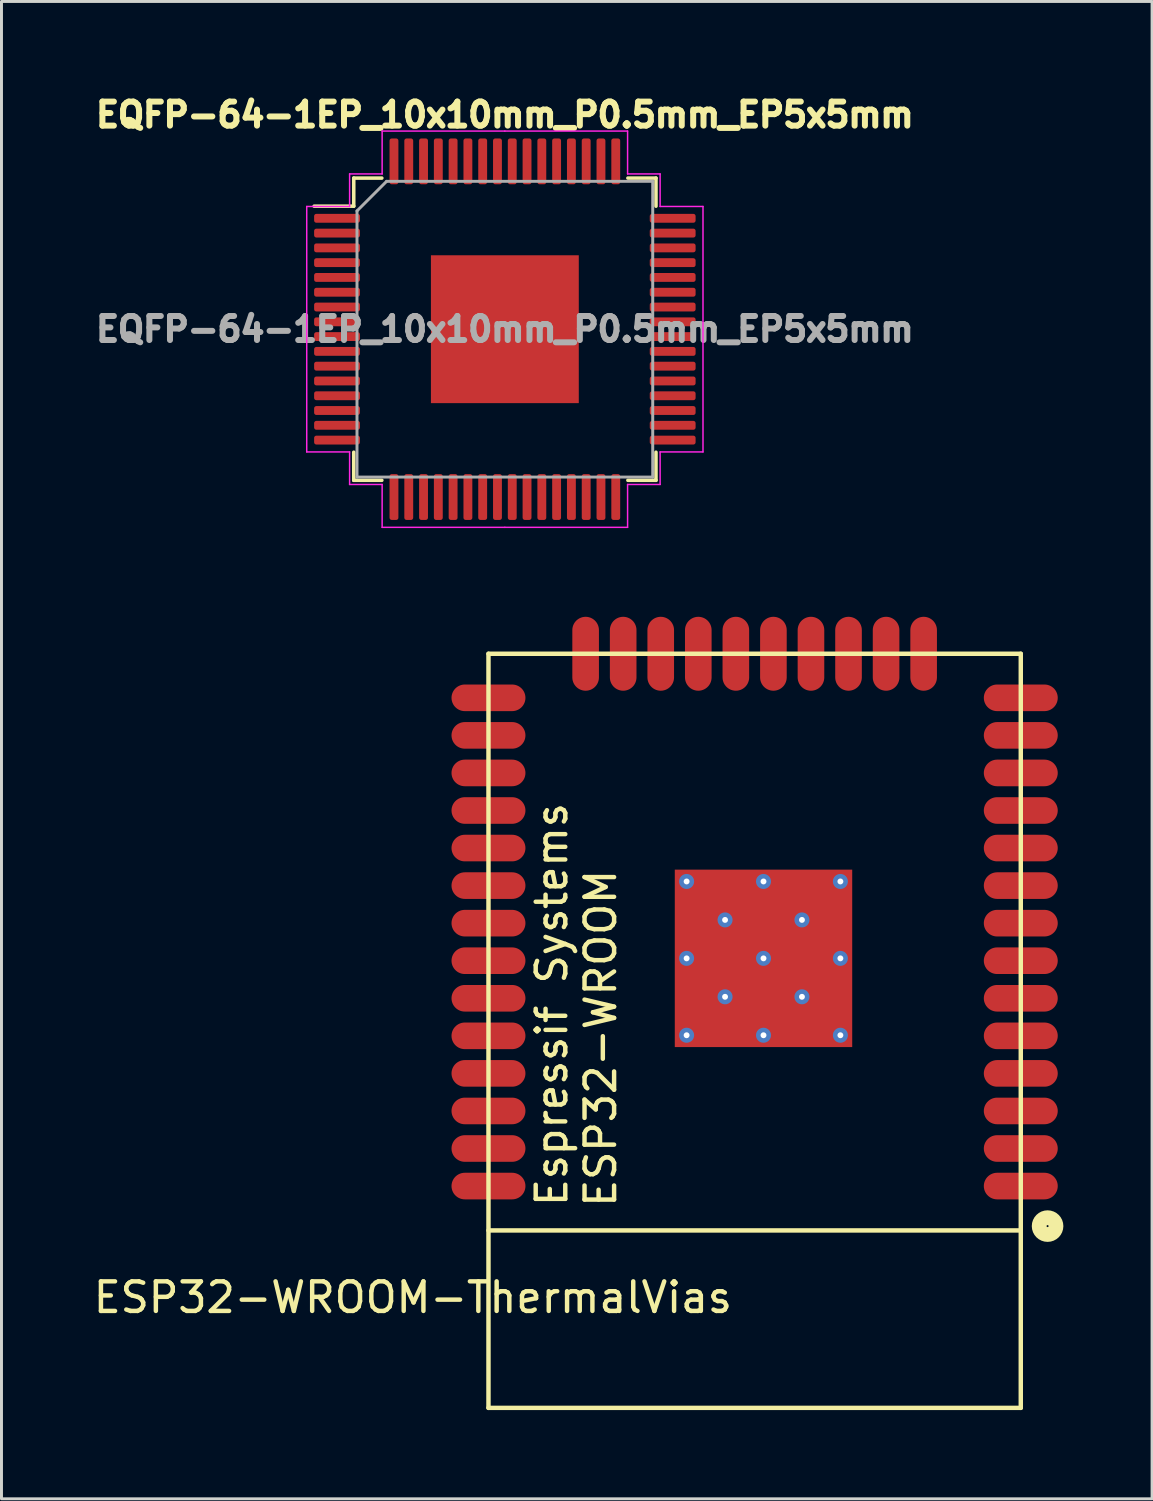
<source format=kicad_pcb>
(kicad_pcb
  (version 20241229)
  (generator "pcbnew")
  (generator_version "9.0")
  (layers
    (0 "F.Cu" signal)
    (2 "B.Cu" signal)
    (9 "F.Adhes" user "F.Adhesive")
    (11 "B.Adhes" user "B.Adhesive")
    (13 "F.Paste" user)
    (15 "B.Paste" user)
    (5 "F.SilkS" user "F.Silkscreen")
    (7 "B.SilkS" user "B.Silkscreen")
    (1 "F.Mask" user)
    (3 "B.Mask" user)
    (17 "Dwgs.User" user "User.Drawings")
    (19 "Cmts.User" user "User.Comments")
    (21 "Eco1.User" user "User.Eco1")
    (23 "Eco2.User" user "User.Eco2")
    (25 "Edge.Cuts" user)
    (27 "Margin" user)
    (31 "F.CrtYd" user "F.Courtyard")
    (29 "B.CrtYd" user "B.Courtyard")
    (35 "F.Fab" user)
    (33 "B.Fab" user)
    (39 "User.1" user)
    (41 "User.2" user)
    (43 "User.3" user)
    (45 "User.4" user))
  (footprint "ESP32-WROOM-ThermalVias"
    (layer "F.Cu")
    (at 22.468 31.807)
    (property "Reference" "ESP32-WROOM-ThermalVias" (at -11.557 9.017 0) (layer "F.SilkS") (effects (font (size 1 1) (thickness 0.15))))
    (attr through_hole)
    (fp_line (start -9 -12.75) (end 9 -12.75) (stroke (width 0.15) (type solid)) (layer "F.SilkS"))
    (fp_line (start -9 6.75) (end 9 6.75) (stroke (width 0.15) (type solid)) (layer "F.SilkS"))
    (fp_line (start -9 12.75) (end -9 -12.75) (stroke (width 0.15) (type solid)) (layer "F.SilkS"))
    (fp_line (start -9 12.75) (end 9 12.75) (stroke (width 0.15) (type solid)) (layer "F.SilkS"))
    (fp_line (start 9 12.75) (end 9 -12.75) (stroke (width 0.15) (type solid)) (layer "F.SilkS"))
    (fp_circle (center 9.906 6.604) (end 10.033 6.858) (stroke (width 0.5) (type solid)) (fill no) (layer "F.SilkS"))
    (fp_text user "ESP32-WROOM" (at -5.207 0.254 90) (layer "F.SilkS") (effects (font (size 1 1) (thickness 0.15))))
    (fp_text user "Espressif Systems" (at -6.858 -0.889 90) (layer "F.SilkS") (effects (font (size 1 1) (thickness 0.15))))
    (pad "1" smd oval (at 9 5.25) (size 2.5 0.9) (layers "F.Cu" "F.Mask" "F.Paste"))
    (pad "2" smd oval (at 9 3.98) (size 2.5 0.9) (layers "F.Cu" "F.Mask" "F.Paste"))
    (pad "3" smd oval (at 9 2.71) (size 2.5 0.9) (layers "F.Cu" "F.Mask" "F.Paste"))
    (pad "4" smd oval (at 9 1.44) (size 2.5 0.9) (layers "F.Cu" "F.Mask" "F.Paste"))
    (pad "5" smd oval (at 9 0.17) (size 2.5 0.9) (layers "F.Cu" "F.Mask" "F.Paste"))
    (pad "6" smd oval (at 9 -1.1) (size 2.5 0.9) (layers "F.Cu" "F.Mask" "F.Paste"))
    (pad "7" smd oval (at 9 -2.37) (size 2.5 0.9) (layers "F.Cu" "F.Mask" "F.Paste"))
    (pad "8" smd oval (at 9 -3.64) (size 2.5 0.9) (layers "F.Cu" "F.Mask" "F.Paste"))
    (pad "9" smd oval (at 9 -4.91) (size 2.5 0.9) (layers "F.Cu" "F.Mask" "F.Paste"))
    (pad "10" smd oval (at 9 -6.18) (size 2.5 0.9) (layers "F.Cu" "F.Mask" "F.Paste"))
    (pad "11" smd oval (at 9 -7.45) (size 2.5 0.9) (layers "F.Cu" "F.Mask" "F.Paste"))
    (pad "12" smd oval (at 9 -8.72) (size 2.5 0.9) (layers "F.Cu" "F.Mask" "F.Paste"))
    (pad "13" smd oval (at 9 -9.99) (size 2.5 0.9) (layers "F.Cu" "F.Mask" "F.Paste"))
    (pad "14" smd oval (at 9 -11.26) (size 2.5 0.9) (layers "F.Cu" "F.Mask" "F.Paste"))
    (pad "15" smd oval (at 5.715 -12.75) (size 0.9 2.5) (layers "F.Cu" "F.Mask" "F.Paste"))
    (pad "16" smd oval (at 4.445 -12.75) (size 0.9 2.5) (layers "F.Cu" "F.Mask" "F.Paste"))
    (pad "17" smd oval (at 3.175 -12.75) (size 0.9 2.5) (layers "F.Cu" "F.Mask" "F.Paste"))
    (pad "18" smd oval (at 1.905 -12.75) (size 0.9 2.5) (layers "F.Cu" "F.Mask" "F.Paste"))
    (pad "19" smd oval (at 0.635 -12.75) (size 0.9 2.5) (layers "F.Cu" "F.Mask" "F.Paste"))
    (pad "20" smd oval (at -0.635 -12.75) (size 0.9 2.5) (layers "F.Cu" "F.Mask" "F.Paste"))
    (pad "21" smd oval (at -1.905 -12.75) (size 0.9 2.5) (layers "F.Cu" "F.Mask" "F.Paste"))
    (pad "22" smd oval (at -3.175 -12.75) (size 0.9 2.5) (layers "F.Cu" "F.Mask" "F.Paste"))
    (pad "23" smd oval (at -4.445 -12.75) (size 0.9 2.5) (layers "F.Cu" "F.Mask" "F.Paste"))
    (pad "24" smd oval (at -5.715 -12.75) (size 0.9 2.5) (layers "F.Cu" "F.Mask" "F.Paste"))
    (pad "25" smd oval (at -9 -11.26) (size 2.5 0.9) (layers "F.Cu" "F.Mask" "F.Paste"))
    (pad "26" smd oval (at -9 -9.99) (size 2.5 0.9) (layers "F.Cu" "F.Mask" "F.Paste"))
    (pad "27" smd oval (at -9 -8.72) (size 2.5 0.9) (layers "F.Cu" "F.Mask" "F.Paste"))
    (pad "28" smd oval (at -9 -7.45) (size 2.5 0.9) (layers "F.Cu" "F.Mask" "F.Paste"))
    (pad "29" smd oval (at -9 -6.18) (size 2.5 0.9) (layers "F.Cu" "F.Mask" "F.Paste"))
    (pad "30" smd oval (at -9 -4.91) (size 2.5 0.9) (layers "F.Cu" "F.Mask" "F.Paste"))
    (pad "31" smd oval (at -9 -3.64) (size 2.5 0.9) (layers "F.Cu" "F.Mask" "F.Paste"))
    (pad "32" smd oval (at -9 -2.37) (size 2.5 0.9) (layers "F.Cu" "F.Mask" "F.Paste"))
    (pad "33" smd oval (at -9 -1.1) (size 2.5 0.9) (layers "F.Cu" "F.Mask" "F.Paste"))
    (pad "34" smd oval (at -9 0.17) (size 2.5 0.9) (layers "F.Cu" "F.Mask" "F.Paste"))
    (pad "35" smd oval (at -9 1.44) (size 2.5 0.9) (layers "F.Cu" "F.Mask" "F.Paste"))
    (pad "36" smd oval (at -9 2.71) (size 2.5 0.9) (layers "F.Cu" "F.Mask" "F.Paste"))
    (pad "37" smd oval (at -9 3.98) (size 2.5 0.9) (layers "F.Cu" "F.Mask" "F.Paste"))
    (pad "38" smd oval (at -9 5.25) (size 2.5 0.9) (layers "F.Cu" "F.Mask" "F.Paste"))
    (pad "39" thru_hole circle (at -2.3 -5.05) (size 0.508 0.508) (drill 0.2) (layers "*.Cu" "*.Mask"))
    (pad "39" thru_hole circle (at -2.3 -2.45) (size 0.508 0.508) (drill 0.2) (layers "*.Cu" "*.Mask"))
    (pad "39" thru_hole circle (at -2.3 0.15) (size 0.508 0.508) (drill 0.2) (layers "*.Cu" "*.Mask"))
    (pad "39" thru_hole circle (at 0.3 -5.05) (size 0.508 0.508) (drill 0.2) (layers "*.Cu" "*.Mask"))
    (pad "39" thru_hole circle (at 0.3 -2.45) (size 0.508 0.508) (drill 0.2) (layers "*.Cu" "*.Mask"))
    (pad "39" smd rect (at 0.3 -2.45) (size 6 6) (layers "F.Cu" "F.Mask" "F.Paste"))
    (pad "39" thru_hole circle (at 0.3 0.15) (size 0.508 0.508) (drill 0.2) (layers "*.Cu" "*.Mask"))
    (pad "39" thru_hole circle (at 2.9 -5.05) (size 0.508 0.508) (drill 0.2) (layers "*.Cu" "*.Mask"))
    (pad "39" thru_hole circle (at 2.9 -2.45) (size 0.508 0.508) (drill 0.2) (layers "*.Cu" "*.Mask"))
    (pad "39" thru_hole circle (at 2.9 0.15) (size 0.508 0.508) (drill 0.2) (layers "*.Cu" "*.Mask"))
    (pad "48" thru_hole circle (at -1 -3.75) (size 0.508 0.508) (drill 0.2) (layers "*.Cu" "*.Mask"))
    (pad "49" thru_hole circle (at 1.6 -3.75) (size 0.508 0.508) (drill 0.2) (layers "*.Cu" "*.Mask"))
    (pad "50" thru_hole circle (at -1 -1.15) (size 0.508 0.508) (drill 0.2) (layers "*.Cu" "*.Mask"))
    (pad "51" thru_hole circle (at 1.6 -1.15) (size 0.508 0.508) (drill 0.2) (layers "*.Cu" "*.Mask")))
  (footprint "EQFP-64-1EP_10x10mm_P0.5mm_EP5x5mm"
    (layer "F.Cu")
    (at 14.022 8.082)
    (property "Reference" "EQFP-64-1EP_10x10mm_P0.5mm_EP5x5mm" (at 0 0 0) (layer "F.Fab") (effects (font (size 0.813 0.813) (thickness 0.203))))
    (attr smd)
    (fp_line (start -5.11 -5.11) (end -5.11 -4.16) (stroke (width 0.12) (type solid)) (layer "F.SilkS"))
    (fp_line (start -5.11 -4.16) (end -6.45 -4.16) (stroke (width 0.12) (type solid)) (layer "F.SilkS"))
    (fp_line (start -5.11 5.11) (end -5.11 4.16) (stroke (width 0.12) (type solid)) (layer "F.SilkS"))
    (fp_line (start -4.16 -5.11) (end -5.11 -5.11) (stroke (width 0.12) (type solid)) (layer "F.SilkS"))
    (fp_line (start -4.16 5.11) (end -5.11 5.11) (stroke (width 0.12) (type solid)) (layer "F.SilkS"))
    (fp_line (start 4.16 -5.11) (end 5.11 -5.11) (stroke (width 0.12) (type solid)) (layer "F.SilkS"))
    (fp_line (start 4.16 5.11) (end 5.11 5.11) (stroke (width 0.12) (type solid)) (layer "F.SilkS"))
    (fp_line (start 5.11 -5.11) (end 5.11 -4.16) (stroke (width 0.12) (type solid)) (layer "F.SilkS"))
    (fp_line (start 5.11 5.11) (end 5.11 4.16) (stroke (width 0.12) (type solid)) (layer "F.SilkS"))
    (fp_line (start -6.7 -4.15) (end -6.7 0) (stroke (width 0.05) (type solid)) (layer "F.CrtYd"))
    (fp_line (start -6.7 4.15) (end -6.7 0) (stroke (width 0.05) (type solid)) (layer "F.CrtYd"))
    (fp_line (start -5.25 -5.25) (end -5.25 -4.15) (stroke (width 0.05) (type solid)) (layer "F.CrtYd"))
    (fp_line (start -5.25 -4.15) (end -6.7 -4.15) (stroke (width 0.05) (type solid)) (layer "F.CrtYd"))
    (fp_line (start -5.25 4.15) (end -6.7 4.15) (stroke (width 0.05) (type solid)) (layer "F.CrtYd"))
    (fp_line (start -5.25 5.25) (end -5.25 4.15) (stroke (width 0.05) (type solid)) (layer "F.CrtYd"))
    (fp_line (start -4.15 -6.7) (end -4.15 -5.25) (stroke (width 0.05) (type solid)) (layer "F.CrtYd"))
    (fp_line (start -4.15 -5.25) (end -5.25 -5.25) (stroke (width 0.05) (type solid)) (layer "F.CrtYd"))
    (fp_line (start -4.15 5.25) (end -5.25 5.25) (stroke (width 0.05) (type solid)) (layer "F.CrtYd"))
    (fp_line (start -4.15 6.7) (end -4.15 5.25) (stroke (width 0.05) (type solid)) (layer "F.CrtYd"))
    (fp_line (start 0 -6.7) (end -4.15 -6.7) (stroke (width 0.05) (type solid)) (layer "F.CrtYd"))
    (fp_line (start 0 -6.7) (end 4.15 -6.7) (stroke (width 0.05) (type solid)) (layer "F.CrtYd"))
    (fp_line (start 0 6.7) (end -4.15 6.7) (stroke (width 0.05) (type solid)) (layer "F.CrtYd"))
    (fp_line (start 0 6.7) (end 4.15 6.7) (stroke (width 0.05) (type solid)) (layer "F.CrtYd"))
    (fp_line (start 4.15 -6.7) (end 4.15 -5.25) (stroke (width 0.05) (type solid)) (layer "F.CrtYd"))
    (fp_line (start 4.15 -5.25) (end 5.25 -5.25) (stroke (width 0.05) (type solid)) (layer "F.CrtYd"))
    (fp_line (start 4.15 5.25) (end 5.25 5.25) (stroke (width 0.05) (type solid)) (layer "F.CrtYd"))
    (fp_line (start 4.15 6.7) (end 4.15 5.25) (stroke (width 0.05) (type solid)) (layer "F.CrtYd"))
    (fp_line (start 5.25 -5.25) (end 5.25 -4.15) (stroke (width 0.05) (type solid)) (layer "F.CrtYd"))
    (fp_line (start 5.25 -4.15) (end 6.7 -4.15) (stroke (width 0.05) (type solid)) (layer "F.CrtYd"))
    (fp_line (start 5.25 4.15) (end 6.7 4.15) (stroke (width 0.05) (type solid)) (layer "F.CrtYd"))
    (fp_line (start 5.25 5.25) (end 5.25 4.15) (stroke (width 0.05) (type solid)) (layer "F.CrtYd"))
    (fp_line (start 6.7 -4.15) (end 6.7 0) (stroke (width 0.05) (type solid)) (layer "F.CrtYd"))
    (fp_line (start 6.7 4.15) (end 6.7 0) (stroke (width 0.05) (type solid)) (layer "F.CrtYd"))
    (fp_line (start -5 -4) (end -4 -5) (stroke (width 0.1) (type solid)) (layer "F.Fab"))
    (fp_line (start -5 5) (end -5 -4) (stroke (width 0.1) (type solid)) (layer "F.Fab"))
    (fp_line (start -4 -5) (end 5 -5) (stroke (width 0.1) (type solid)) (layer "F.Fab"))
    (fp_line (start 5 -5) (end 5 5) (stroke (width 0.1) (type solid)) (layer "F.Fab"))
    (fp_line (start 5 5) (end -5 5) (stroke (width 0.1) (type solid)) (layer "F.Fab"))
    (fp_text user "${REFERENCE}" (at 0 -7.25 0) (layer "F.SilkS") (effects (font (size 0.813 0.813) (thickness 0.203))))
    (pad "" smd roundrect (at -2 -2) (size 0.78 0.78) (layers "F.Paste") (roundrect_rratio 0.25))
    (pad "" smd roundrect (at -2 -1) (size 0.78 0.78) (layers "F.Paste") (roundrect_rratio 0.25))
    (pad "" smd roundrect (at -2 0) (size 0.78 0.78) (layers "F.Paste") (roundrect_rratio 0.25))
    (pad "" smd roundrect (at -2 1) (size 0.78 0.78) (layers "F.Paste") (roundrect_rratio 0.25))
    (pad "" smd roundrect (at -2 2) (size 0.78 0.78) (layers "F.Paste") (roundrect_rratio 0.25))
    (pad "" smd roundrect (at -1 -2) (size 0.78 0.78) (layers "F.Paste") (roundrect_rratio 0.25))
    (pad "" smd roundrect (at -1 -1) (size 0.78 0.78) (layers "F.Paste") (roundrect_rratio 0.25))
    (pad "" smd roundrect (at -1 0) (size 0.78 0.78) (layers "F.Paste") (roundrect_rratio 0.25))
    (pad "" smd roundrect (at -1 1) (size 0.78 0.78) (layers "F.Paste") (roundrect_rratio 0.25))
    (pad "" smd roundrect (at -1 2) (size 0.78 0.78) (layers "F.Paste") (roundrect_rratio 0.25))
    (pad "" smd roundrect (at 0 -2) (size 0.78 0.78) (layers "F.Paste") (roundrect_rratio 0.25))
    (pad "" smd roundrect (at 0 -1) (size 0.78 0.78) (layers "F.Paste") (roundrect_rratio 0.25))
    (pad "" smd roundrect (at 0 0) (size 0.78 0.78) (layers "F.Paste") (roundrect_rratio 0.25))
    (pad "" smd roundrect (at 0 1) (size 0.78 0.78) (layers "F.Paste") (roundrect_rratio 0.25))
    (pad "" smd roundrect (at 0 2) (size 0.78 0.78) (layers "F.Paste") (roundrect_rratio 0.25))
    (pad "" smd roundrect (at 1 -2) (size 0.78 0.78) (layers "F.Paste") (roundrect_rratio 0.25))
    (pad "" smd roundrect (at 1 -1) (size 0.78 0.78) (layers "F.Paste") (roundrect_rratio 0.25))
    (pad "" smd roundrect (at 1 0) (size 0.78 0.78) (layers "F.Paste") (roundrect_rratio 0.25))
    (pad "" smd roundrect (at 1 1) (size 0.78 0.78) (layers "F.Paste") (roundrect_rratio 0.25))
    (pad "" smd roundrect (at 1 2) (size 0.78 0.78) (layers "F.Paste") (roundrect_rratio 0.25))
    (pad "" smd roundrect (at 2 -2) (size 0.78 0.78) (layers "F.Paste") (roundrect_rratio 0.25))
    (pad "" smd roundrect (at 2 -1) (size 0.78 0.78) (layers "F.Paste") (roundrect_rratio 0.25))
    (pad "" smd roundrect (at 2 0) (size 0.78 0.78) (layers "F.Paste") (roundrect_rratio 0.25))
    (pad "" smd roundrect (at 2 1) (size 0.78 0.78) (layers "F.Paste") (roundrect_rratio 0.25))
    (pad "" smd roundrect (at 2 2) (size 0.78 0.78) (layers "F.Paste") (roundrect_rratio 0.25))
    (pad "1" smd roundrect (at -5.675 -3.75) (size 1.55 0.3) (layers "F.Cu" "F.Mask" "F.Paste") (roundrect_rratio 0.25))
    (pad "2" smd roundrect (at -5.675 -3.25) (size 1.55 0.3) (layers "F.Cu" "F.Mask" "F.Paste") (roundrect_rratio 0.25))
    (pad "3" smd roundrect (at -5.675 -2.75) (size 1.55 0.3) (layers "F.Cu" "F.Mask" "F.Paste") (roundrect_rratio 0.25))
    (pad "4" smd roundrect (at -5.675 -2.25) (size 1.55 0.3) (layers "F.Cu" "F.Mask" "F.Paste") (roundrect_rratio 0.25))
    (pad "5" smd roundrect (at -5.675 -1.75) (size 1.55 0.3) (layers "F.Cu" "F.Mask" "F.Paste") (roundrect_rratio 0.25))
    (pad "6" smd roundrect (at -5.675 -1.25) (size 1.55 0.3) (layers "F.Cu" "F.Mask" "F.Paste") (roundrect_rratio 0.25))
    (pad "7" smd roundrect (at -5.675 -0.75) (size 1.55 0.3) (layers "F.Cu" "F.Mask" "F.Paste") (roundrect_rratio 0.25))
    (pad "8" smd roundrect (at -5.675 -0.25) (size 1.55 0.3) (layers "F.Cu" "F.Mask" "F.Paste") (roundrect_rratio 0.25))
    (pad "9" smd roundrect (at -5.675 0.25) (size 1.55 0.3) (layers "F.Cu" "F.Mask" "F.Paste") (roundrect_rratio 0.25))
    (pad "10" smd roundrect (at -5.675 0.75) (size 1.55 0.3) (layers "F.Cu" "F.Mask" "F.Paste") (roundrect_rratio 0.25))
    (pad "11" smd roundrect (at -5.675 1.25) (size 1.55 0.3) (layers "F.Cu" "F.Mask" "F.Paste") (roundrect_rratio 0.25))
    (pad "12" smd roundrect (at -5.675 1.75) (size 1.55 0.3) (layers "F.Cu" "F.Mask" "F.Paste") (roundrect_rratio 0.25))
    (pad "13" smd roundrect (at -5.675 2.25) (size 1.55 0.3) (layers "F.Cu" "F.Mask" "F.Paste") (roundrect_rratio 0.25))
    (pad "14" smd roundrect (at -5.675 2.75) (size 1.55 0.3) (layers "F.Cu" "F.Mask" "F.Paste") (roundrect_rratio 0.25))
    (pad "15" smd roundrect (at -5.675 3.25) (size 1.55 0.3) (layers "F.Cu" "F.Mask" "F.Paste") (roundrect_rratio 0.25))
    (pad "16" smd roundrect (at -5.675 3.75) (size 1.55 0.3) (layers "F.Cu" "F.Mask" "F.Paste") (roundrect_rratio 0.25))
    (pad "17" smd roundrect (at -3.75 5.675) (size 0.3 1.55) (layers "F.Cu" "F.Mask" "F.Paste") (roundrect_rratio 0.25))
    (pad "18" smd roundrect (at -3.25 5.675) (size 0.3 1.55) (layers "F.Cu" "F.Mask" "F.Paste") (roundrect_rratio 0.25))
    (pad "19" smd roundrect (at -2.75 5.675) (size 0.3 1.55) (layers "F.Cu" "F.Mask" "F.Paste") (roundrect_rratio 0.25))
    (pad "20" smd roundrect (at -2.25 5.675) (size 0.3 1.55) (layers "F.Cu" "F.Mask" "F.Paste") (roundrect_rratio 0.25))
    (pad "21" smd roundrect (at -1.75 5.675) (size 0.3 1.55) (layers "F.Cu" "F.Mask" "F.Paste") (roundrect_rratio 0.25))
    (pad "22" smd roundrect (at -1.25 5.675) (size 0.3 1.55) (layers "F.Cu" "F.Mask" "F.Paste") (roundrect_rratio 0.25))
    (pad "23" smd roundrect (at -0.75 5.675) (size 0.3 1.55) (layers "F.Cu" "F.Mask" "F.Paste") (roundrect_rratio 0.25))
    (pad "24" smd roundrect (at -0.25 5.675) (size 0.3 1.55) (layers "F.Cu" "F.Mask" "F.Paste") (roundrect_rratio 0.25))
    (pad "25" smd roundrect (at 0.25 5.675) (size 0.3 1.55) (layers "F.Cu" "F.Mask" "F.Paste") (roundrect_rratio 0.25))
    (pad "26" smd roundrect (at 0.75 5.675) (size 0.3 1.55) (layers "F.Cu" "F.Mask" "F.Paste") (roundrect_rratio 0.25))
    (pad "27" smd roundrect (at 1.25 5.675) (size 0.3 1.55) (layers "F.Cu" "F.Mask" "F.Paste") (roundrect_rratio 0.25))
    (pad "28" smd roundrect (at 1.75 5.675) (size 0.3 1.55) (layers "F.Cu" "F.Mask" "F.Paste") (roundrect_rratio 0.25))
    (pad "29" smd roundrect (at 2.25 5.675) (size 0.3 1.55) (layers "F.Cu" "F.Mask" "F.Paste") (roundrect_rratio 0.25))
    (pad "30" smd roundrect (at 2.75 5.675) (size 0.3 1.55) (layers "F.Cu" "F.Mask" "F.Paste") (roundrect_rratio 0.25))
    (pad "31" smd roundrect (at 3.25 5.675) (size 0.3 1.55) (layers "F.Cu" "F.Mask" "F.Paste") (roundrect_rratio 0.25))
    (pad "32" smd roundrect (at 3.75 5.675) (size 0.3 1.55) (layers "F.Cu" "F.Mask" "F.Paste") (roundrect_rratio 0.25))
    (pad "33" smd roundrect (at 5.675 3.75) (size 1.55 0.3) (layers "F.Cu" "F.Mask" "F.Paste") (roundrect_rratio 0.25))
    (pad "34" smd roundrect (at 5.675 3.25) (size 1.55 0.3) (layers "F.Cu" "F.Mask" "F.Paste") (roundrect_rratio 0.25))
    (pad "35" smd roundrect (at 5.675 2.75) (size 1.55 0.3) (layers "F.Cu" "F.Mask" "F.Paste") (roundrect_rratio 0.25))
    (pad "36" smd roundrect (at 5.675 2.25) (size 1.55 0.3) (layers "F.Cu" "F.Mask" "F.Paste") (roundrect_rratio 0.25))
    (pad "37" smd roundrect (at 5.675 1.75) (size 1.55 0.3) (layers "F.Cu" "F.Mask" "F.Paste") (roundrect_rratio 0.25))
    (pad "38" smd roundrect (at 5.675 1.25) (size 1.55 0.3) (layers "F.Cu" "F.Mask" "F.Paste") (roundrect_rratio 0.25))
    (pad "39" smd roundrect (at 5.675 0.75) (size 1.55 0.3) (layers "F.Cu" "F.Mask" "F.Paste") (roundrect_rratio 0.25))
    (pad "40" smd roundrect (at 5.675 0.25) (size 1.55 0.3) (layers "F.Cu" "F.Mask" "F.Paste") (roundrect_rratio 0.25))
    (pad "41" smd roundrect (at 5.675 -0.25) (size 1.55 0.3) (layers "F.Cu" "F.Mask" "F.Paste") (roundrect_rratio 0.25))
    (pad "42" smd roundrect (at 5.675 -0.75) (size 1.55 0.3) (layers "F.Cu" "F.Mask" "F.Paste") (roundrect_rratio 0.25))
    (pad "43" smd roundrect (at 5.675 -1.25) (size 1.55 0.3) (layers "F.Cu" "F.Mask" "F.Paste") (roundrect_rratio 0.25))
    (pad "44" smd roundrect (at 5.675 -1.75) (size 1.55 0.3) (layers "F.Cu" "F.Mask" "F.Paste") (roundrect_rratio 0.25))
    (pad "45" smd roundrect (at 5.675 -2.25) (size 1.55 0.3) (layers "F.Cu" "F.Mask" "F.Paste") (roundrect_rratio 0.25))
    (pad "46" smd roundrect (at 5.675 -2.75) (size 1.55 0.3) (layers "F.Cu" "F.Mask" "F.Paste") (roundrect_rratio 0.25))
    (pad "47" smd roundrect (at 5.675 -3.25) (size 1.55 0.3) (layers "F.Cu" "F.Mask" "F.Paste") (roundrect_rratio 0.25))
    (pad "48" smd roundrect (at 5.675 -3.75) (size 1.55 0.3) (layers "F.Cu" "F.Mask" "F.Paste") (roundrect_rratio 0.25))
    (pad "49" smd roundrect (at 3.75 -5.675) (size 0.3 1.55) (layers "F.Cu" "F.Mask" "F.Paste") (roundrect_rratio 0.25))
    (pad "50" smd roundrect (at 3.25 -5.675) (size 0.3 1.55) (layers "F.Cu" "F.Mask" "F.Paste") (roundrect_rratio 0.25))
    (pad "51" smd roundrect (at 2.75 -5.675) (size 0.3 1.55) (layers "F.Cu" "F.Mask" "F.Paste") (roundrect_rratio 0.25))
    (pad "52" smd roundrect (at 2.25 -5.675) (size 0.3 1.55) (layers "F.Cu" "F.Mask" "F.Paste") (roundrect_rratio 0.25))
    (pad "53" smd roundrect (at 1.75 -5.675) (size 0.3 1.55) (layers "F.Cu" "F.Mask" "F.Paste") (roundrect_rratio 0.25))
    (pad "54" smd roundrect (at 1.25 -5.675) (size 0.3 1.55) (layers "F.Cu" "F.Mask" "F.Paste") (roundrect_rratio 0.25))
    (pad "55" smd roundrect (at 0.75 -5.675) (size 0.3 1.55) (layers "F.Cu" "F.Mask" "F.Paste") (roundrect_rratio 0.25))
    (pad "56" smd roundrect (at 0.25 -5.675) (size 0.3 1.55) (layers "F.Cu" "F.Mask" "F.Paste") (roundrect_rratio 0.25))
    (pad "57" smd roundrect (at -0.25 -5.675) (size 0.3 1.55) (layers "F.Cu" "F.Mask" "F.Paste") (roundrect_rratio 0.25))
    (pad "58" smd roundrect (at -0.75 -5.675) (size 0.3 1.55) (layers "F.Cu" "F.Mask" "F.Paste") (roundrect_rratio 0.25))
    (pad "59" smd roundrect (at -1.25 -5.675) (size 0.3 1.55) (layers "F.Cu" "F.Mask" "F.Paste") (roundrect_rratio 0.25))
    (pad "60" smd roundrect (at -1.75 -5.675) (size 0.3 1.55) (layers "F.Cu" "F.Mask" "F.Paste") (roundrect_rratio 0.25))
    (pad "61" smd roundrect (at -2.25 -5.675) (size 0.3 1.55) (layers "F.Cu" "F.Mask" "F.Paste") (roundrect_rratio 0.25))
    (pad "62" smd roundrect (at -2.75 -5.675) (size 0.3 1.55) (layers "F.Cu" "F.Mask" "F.Paste") (roundrect_rratio 0.25))
    (pad "63" smd roundrect (at -3.25 -5.675) (size 0.3 1.55) (layers "F.Cu" "F.Mask" "F.Paste") (roundrect_rratio 0.25))
    (pad "64" smd roundrect (at -3.75 -5.675) (size 0.3 1.55) (layers "F.Cu" "F.Mask" "F.Paste") (roundrect_rratio 0.25))
    (pad "65" smd rect (at 0 0) (size 5 5) (layers "F.Cu" "F.Mask")))
  (gr_rect
    (start -3 -3)
    (end 35.908 47.632)
    (stroke (width 0.1) (type default))
    (fill no)
    (layer "Edge.Cuts")))
</source>
